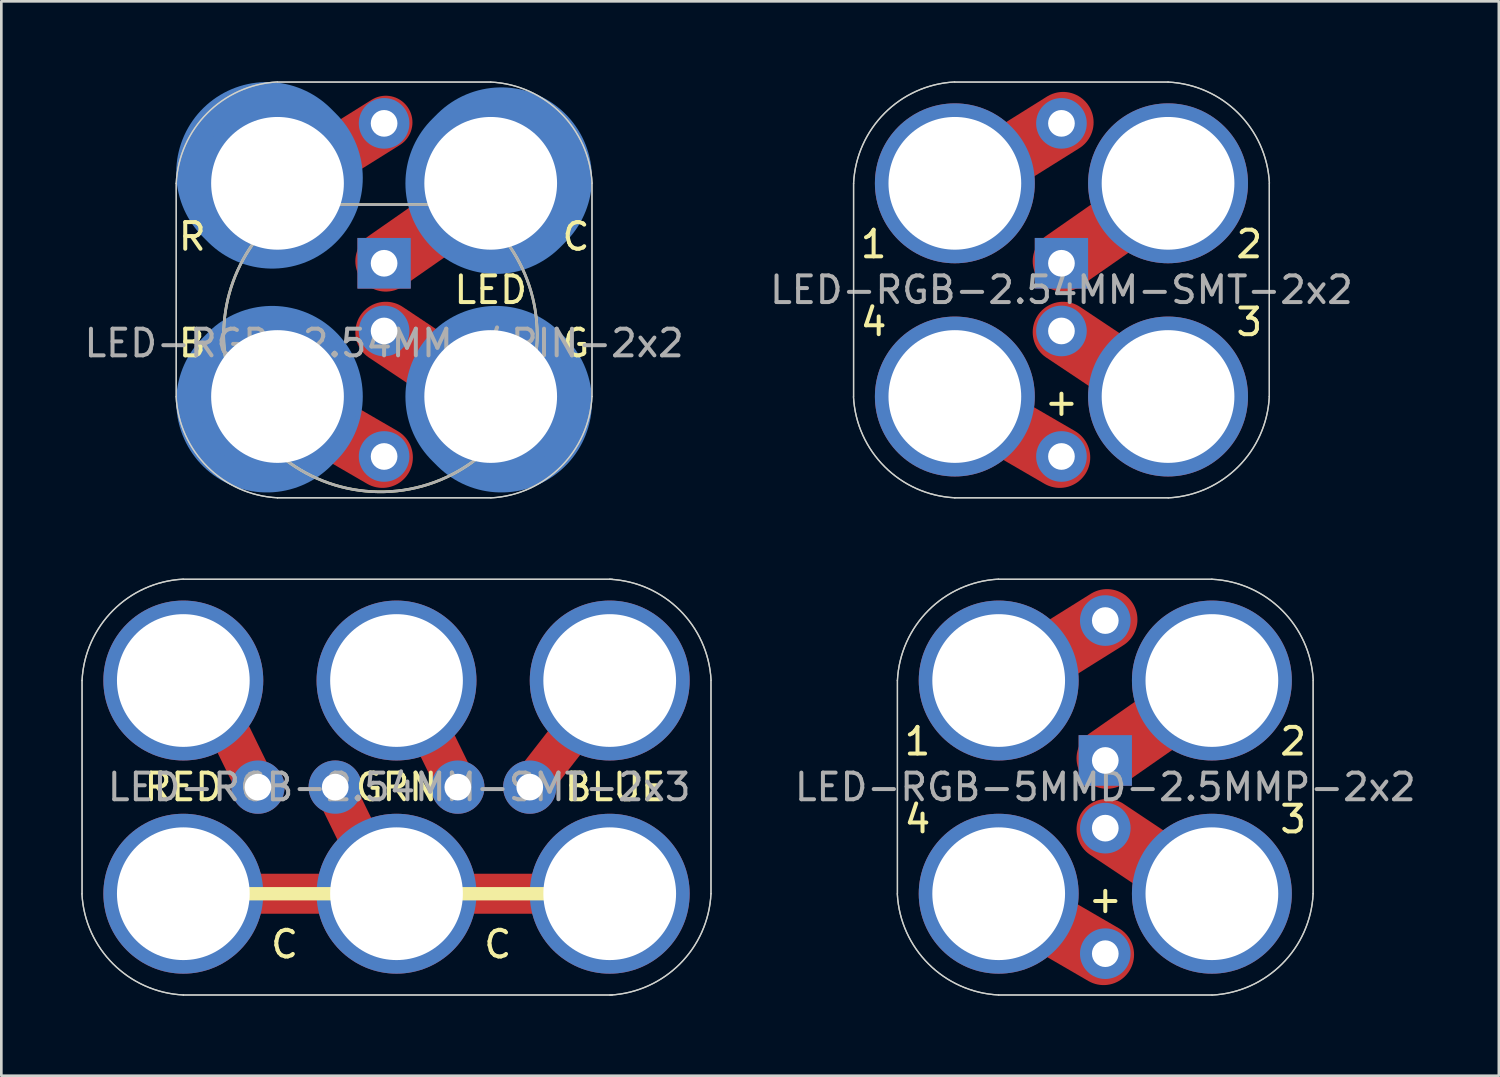
<source format=kicad_pcb>
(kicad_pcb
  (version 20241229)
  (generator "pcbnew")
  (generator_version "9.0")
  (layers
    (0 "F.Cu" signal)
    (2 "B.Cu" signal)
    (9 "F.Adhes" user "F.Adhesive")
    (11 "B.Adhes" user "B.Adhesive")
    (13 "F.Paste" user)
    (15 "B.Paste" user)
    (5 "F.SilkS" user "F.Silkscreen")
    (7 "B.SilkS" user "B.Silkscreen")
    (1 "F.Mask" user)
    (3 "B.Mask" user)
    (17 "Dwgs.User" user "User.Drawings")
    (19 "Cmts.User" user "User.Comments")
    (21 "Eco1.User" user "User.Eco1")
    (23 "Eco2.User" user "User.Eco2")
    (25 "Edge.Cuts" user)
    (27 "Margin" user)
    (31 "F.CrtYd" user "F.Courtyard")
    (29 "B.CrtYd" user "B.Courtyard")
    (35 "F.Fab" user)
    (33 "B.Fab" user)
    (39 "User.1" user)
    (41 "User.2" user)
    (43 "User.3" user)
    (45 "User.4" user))
  (footprint "LED-RGB-2.54MM-SMT-2x3"
    (layer "F.Cu")
    (at 3.829 30.486)
    (property "Reference" "LED-RGB-2.54MM-SMT-2x3" (at 8.1 -4 0) (layer "F.Fab") (effects (font (size 1 1) (thickness 0.15))))
    (attr through_hole)
    (fp_line (start 2.8 -3.9) (end 0.6 -8.4) (stroke (width 1.5) (type solid)) (layer "F.Cu"))
    (fp_line (start 7.9 0.6) (end 5.7 -3.9) (stroke (width 1.5) (type solid)) (layer "F.Cu"))
    (fp_line (start 10.3 -4) (end 8.1 -8.5) (stroke (width 1.5) (type solid)) (layer "F.Cu"))
    (fp_line (start 13 -4) (end 16.5 -8.5) (stroke (width 1.5) (type solid)) (layer "F.Cu"))
    (fp_line (start 16.1 0) (end -0.1 0) (stroke (width 1.5) (type solid)) (layer "F.Cu"))
    (fp_line (start 15.9 0) (end -0.6 0) (stroke (width 0.5) (type solid)) (layer "F.SilkS"))
    (fp_line (start -3.8 -8) (end -3.8 0) (stroke (width 0.05) (type solid)) (layer "Edge.Cuts"))
    (fp_line (start 0 -11.8) (end 16.1 -11.8) (stroke (width 0.05) (type solid)) (layer "Edge.Cuts"))
    (fp_line (start 0 3.8) (end 16.1 3.8) (stroke (width 0.05) (type solid)) (layer "Edge.Cuts"))
    (fp_line (start 19.8 -8) (end 19.8 0) (stroke (width 0.05) (type solid)) (layer "Edge.Cuts"))
    (fp_arc (start -3.8 -8) (mid -2.636928 -10.631138) (end -0.009972 -11.803625) (stroke (width 0.05) (type solid)) (layer "Edge.Cuts"))
    (fp_arc (start 0 3.8) (mid -2.631138 2.636928) (end -3.803625 0.009972) (stroke (width 0.05) (type solid)) (layer "Edge.Cuts"))
    (fp_arc (start 16 -11.8) (mid 18.631138 -10.636928) (end 19.803625 -8.009972) (stroke (width 0.05) (type solid)) (layer "Edge.Cuts"))
    (fp_arc (start 19.8 0) (mid 18.636928 2.631138) (end 16.009972 3.803625) (stroke (width 0.05) (type solid)) (layer "Edge.Cuts"))
    (fp_line (start -3.8 -8) (end -3.8 0) (stroke (width 0.05) (type solid)) (layer "F.Fab"))
    (fp_line (start 0 -11.8) (end 16 -11.8) (stroke (width 0.05) (type solid)) (layer "F.Fab"))
    (fp_line (start 0 3.8) (end 16 3.8) (stroke (width 0.05) (type solid)) (layer "F.Fab"))
    (fp_line (start 19.8 -8) (end 19.8 0) (stroke (width 0.05) (type solid)) (layer "F.Fab"))
    (fp_arc (start -3.8 -8) (mid -2.636928 -10.631138) (end -0.009972 -11.803625) (stroke (width 0.05) (type solid)) (layer "F.Fab"))
    (fp_arc (start 0 3.8) (mid -2.631138 2.636928) (end -3.803625 0.009972) (stroke (width 0.05) (type solid)) (layer "F.Fab"))
    (fp_arc (start 16 -11.8) (mid 18.631138 -10.636928) (end 19.803625 -8.009972) (stroke (width 0.05) (type solid)) (layer "F.Fab"))
    (fp_arc (start 19.8 0) (mid 18.636928 2.631138) (end 16.009972 3.803625) (stroke (width 0.05) (type solid)) (layer "F.Fab"))
    (fp_text user "C" (at 11.8 1.9 0) (layer "F.SilkS") (effects (font (size 1 1) (thickness 0.15))))
    (fp_text user "C" (at 3.8 1.9 0) (layer "F.SilkS") (effects (font (size 1 1) (thickness 0.15))))
    (fp_text user "BLUE" (at 16.2 -4 0) (layer "F.SilkS") (effects (font (size 1 1) (thickness 0.15))))
    (fp_text user "RED" (at 0 -4 0) (layer "F.SilkS") (effects (font (size 1 1) (thickness 0.15))))
    (fp_text user "GRN" (at 8 -4 0) (layer "F.SilkS") (effects (font (size 1 1) (thickness 0.15))))
    (pad "B" thru_hole circle (at 13 -4) (size 2 2) (drill 1.001) (layers "*.Cu" "B.Mask"))
    (pad "B" thru_hole circle (at 16 -8) (size 6 6) (drill 4.98) (layers "*.Cu" "*.Mask"))
    (pad "G" thru_hole circle (at 8 -8) (size 6 6) (drill 4.98) (layers "*.Cu" "*.Mask"))
    (pad "G" thru_hole circle (at 10.3 -4) (size 2 2) (drill 1.001) (layers "*.Cu" "B.Mask"))
    (pad "GND" thru_hole circle (at 0 0) (size 6 6) (drill 4.98) (layers "*.Cu" "*.Mask"))
    (pad "GND" thru_hole circle (at 5.7 -4 90) (size 2 2) (drill 1.001) (layers "*.Cu" "B.Mask"))
    (pad "GND" thru_hole circle (at 8 0) (size 6 6) (drill 4.98) (layers "*.Cu" "*.Mask"))
    (pad "GND" thru_hole circle (at 16 0) (size 6 6) (drill 4.98) (layers "*.Cu" "*.Mask"))
    (pad "R" thru_hole circle (at 0 -8) (size 6 6) (drill 4.98) (layers "*.Cu" "*.Mask"))
    (pad "R" thru_hole circle (at 2.8 -4) (size 2 2) (drill 1.001) (layers "*.Cu" "B.Mask")))
  (footprint "LED-RGB-2.54MM-SMT-2x2"
    (layer "F.Cu")
    (at 32.78 11.829)
    (property "Reference" "LED-RGB-2.54MM-SMT-2x2" (at 4 -4 0) (layer "F.Fab") (effects (font (size 1 1) (thickness 0.15))))
    (attr through_hole)
    (fp_line (start 3.937 2.286) (end 0 0) (stroke (width 2.286) (type solid)) (layer "F.Cu"))
    (fp_line (start 4.064 -10.287) (end 0 -7.747) (stroke (width 2.286) (type solid)) (layer "F.Cu"))
    (fp_line (start 4.064 -5.08) (end 8.255 -8.001) (stroke (width 2.286) (type solid)) (layer "F.Cu"))
    (fp_line (start 8.255 0.381) (end 4.064 -2.413) (stroke (width 2.286) (type solid)) (layer "F.Cu"))
    (fp_line (start 3.937 2.286) (end 0 0) (stroke (width 2.286) (type solid)) (layer "F.Mask"))
    (fp_line (start 4.064 -10.287) (end 0 -7.747) (stroke (width 2.286) (type solid)) (layer "F.Mask"))
    (fp_line (start 4.064 -5.08) (end 8.255 -8.001) (stroke (width 2.286) (type solid)) (layer "F.Mask"))
    (fp_line (start 8.255 0.381) (end 4.064 -2.413) (stroke (width 2.286) (type solid)) (layer "F.Mask"))
    (fp_line (start -3.8 -8) (end -3.8 0) (stroke (width 0.05) (type solid)) (layer "Edge.Cuts"))
    (fp_line (start 0 -11.8) (end 8 -11.8) (stroke (width 0.05) (type solid)) (layer "Edge.Cuts"))
    (fp_line (start 0 3.8) (end 8 3.8) (stroke (width 0.05) (type solid)) (layer "Edge.Cuts"))
    (fp_line (start 11.8 -8) (end 11.8 0) (stroke (width 0.05) (type solid)) (layer "Edge.Cuts"))
    (fp_arc (start -3.8 -8) (mid -2.636928 -10.631138) (end -0.009972 -11.803625) (stroke (width 0.05) (type solid)) (layer "Edge.Cuts"))
    (fp_arc (start 0 3.8) (mid -2.631138 2.636928) (end -3.803625 0.009972) (stroke (width 0.05) (type solid)) (layer "Edge.Cuts"))
    (fp_arc (start 8 -11.8) (mid 10.631138 -10.636928) (end 11.803625 -8.009972) (stroke (width 0.05) (type solid)) (layer "Edge.Cuts"))
    (fp_arc (start 11.8 0) (mid 10.636928 2.631138) (end 8.009972 3.803625) (stroke (width 0.05) (type solid)) (layer "Edge.Cuts"))
    (fp_line (start -3.8 -8) (end -3.8 0) (stroke (width 0.05) (type solid)) (layer "F.Fab"))
    (fp_line (start 0 -11.8) (end 8 -11.8) (stroke (width 0.05) (type solid)) (layer "F.Fab"))
    (fp_line (start 0 3.8) (end 8 3.8) (stroke (width 0.05) (type solid)) (layer "F.Fab"))
    (fp_line (start 11.8 -8) (end 11.8 0) (stroke (width 0.05) (type solid)) (layer "F.Fab"))
    (fp_arc (start -3.8 -8) (mid -2.636928 -10.631138) (end -0.009972 -11.803625) (stroke (width 0.05) (type solid)) (layer "F.Fab"))
    (fp_arc (start 0 3.8) (mid -2.631138 2.636928) (end -3.803625 0.009972) (stroke (width 0.05) (type solid)) (layer "F.Fab"))
    (fp_arc (start 8 -11.8) (mid 10.631138 -10.636928) (end 11.803625 -8.009972) (stroke (width 0.05) (type solid)) (layer "F.Fab"))
    (fp_arc (start 11.8 0) (mid 10.636928 2.631138) (end 8.009972 3.803625) (stroke (width 0.05) (type solid)) (layer "F.Fab"))
    (fp_text user "3" (at 11.049 -2.794 0) (layer "F.SilkS") (effects (font (size 1 1) (thickness 0.15))))
    (fp_text user "+" (at 4 0.2 0) (layer "F.SilkS") (effects (font (size 1 1) (thickness 0.15))))
    (fp_text user "2" (at 11.049 -5.715 0) (layer "F.SilkS") (effects (font (size 1 1) (thickness 0.15))))
    (fp_text user "4" (at -3.048 -2.794 0) (layer "F.SilkS") (effects (font (size 1 1) (thickness 0.15))))
    (fp_text user "1" (at -3.048 -5.715 0) (layer "F.SilkS") (effects (font (size 1 1) (thickness 0.15))))
    (pad "1" thru_hole circle (at 0 -8) (size 6 6) (drill 4.98) (layers "*.Cu" "*.Mask"))
    (pad "1" thru_hole circle (at 4 -10.25 270) (size 1.9 1.9) (drill 1.001) (layers "*.Cu" "*.Mask"))
    (pad "2" thru_hole rect (at 4 -5) (size 2 1.9) (drill 1.001) (layers "*.Cu" "*.Mask"))
    (pad "2" thru_hole circle (at 8 -8) (size 6 6) (drill 4.98) (layers "*.Cu" "*.Mask"))
    (pad "3" thru_hole circle (at 4 -2.46 270) (size 1.9 1.9) (drill 1.001) (layers "*.Cu" "*.Mask"))
    (pad "3" thru_hole circle (at 8 0) (size 6 6) (drill 4.98) (layers "*.Cu" "*.Mask"))
    (pad "4" thru_hole circle (at 0 0) (size 6 6) (drill 4.98) (layers "*.Cu" "*.Mask"))
    (pad "4" thru_hole circle (at 4 2.25 270) (size 1.9 1.9) (drill 1.001) (layers "*.Cu" "*.Mask")))
  (footprint "LED-RGB-2.54MM-4PIN-2x2"
    (layer "F.Cu")
    (at 7.363 11.829)
    (property "Reference" "LED-RGB-2.54MM-4PIN-2x2" (at 4 -2 0) (layer "F.Fab") (effects (font (size 1 1) (thickness 0.15))))
    (attr through_hole)
    (fp_line (start 3.937 2.286) (end 0 0) (stroke (width 2.286) (type solid)) (layer "F.Cu"))
    (fp_line (start 4.064 -10.287) (end 0 -7.747) (stroke (width 2) (type solid)) (layer "F.Cu"))
    (fp_line (start 4.064 -5.08) (end 8.255 -8.001) (stroke (width 2.286) (type solid)) (layer "F.Cu"))
    (fp_line (start 8.255 0.381) (end 4.064 -2.413) (stroke (width 2.286) (type solid)) (layer "F.Cu"))
    (fp_line (start 3.937 2.286) (end 0 0) (stroke (width 2.286) (type solid)) (layer "F.Mask"))
    (fp_line (start 4.064 -10.287) (end 0 -7.747) (stroke (width 2) (type solid)) (layer "F.Mask"))
    (fp_line (start 4.064 -5.08) (end 8.255 -8.001) (stroke (width 2.286) (type solid)) (layer "F.Mask"))
    (fp_line (start 8.255 0.381) (end 4.064 -2.413) (stroke (width 2.286) (type solid)) (layer "F.Mask"))
    (fp_line (start -0.2 -8.2) (end -0.4 -8.4) (stroke (width 6.8) (type solid)) (layer "B.Cu"))
    (fp_line (start -0.2 0) (end -0.4 0.2) (stroke (width 6.8) (type solid)) (layer "B.Cu"))
    (fp_line (start 8.2 -8) (end 8.4 -8.2) (stroke (width 6.8) (type solid)) (layer "B.Cu"))
    (fp_line (start 8.2 0) (end 8.4 0.2) (stroke (width 6.8) (type solid)) (layer "B.Cu"))
    (fp_line (start -0.2 -8.2) (end -0.4 -8.4) (stroke (width 6.8) (type solid)) (layer "B.Mask"))
    (fp_line (start -0.2 0) (end -0.4 0.2) (stroke (width 6.8) (type solid)) (layer "B.Mask"))
    (fp_line (start 8.2 -8) (end 8.4 -8.2) (stroke (width 6.8) (type solid)) (layer "B.Mask"))
    (fp_line (start 8.2 0) (end 8.4 0.2) (stroke (width 6.8) (type solid)) (layer "B.Mask"))
    (fp_line (start 0.6 -7.2) (end 7.2 -7.2) (stroke (width 0.1) (type solid)) (layer "F.SilkS"))
    (fp_arc (start 7.262844 -7.105733) (mid 3.77963 3.575855) (end 0.6 -7.2) (stroke (width 0.1) (type solid)) (layer "F.SilkS"))
    (fp_line (start -3.8 -8) (end -3.8 0) (stroke (width 0.05) (type solid)) (layer "Edge.Cuts"))
    (fp_line (start 0 -11.8) (end 8 -11.8) (stroke (width 0.05) (type solid)) (layer "Edge.Cuts"))
    (fp_line (start 0 3.8) (end 8 3.8) (stroke (width 0.05) (type solid)) (layer "Edge.Cuts"))
    (fp_line (start 11.8 -8) (end 11.8 0) (stroke (width 0.05) (type solid)) (layer "Edge.Cuts"))
    (fp_arc (start -3.8 -8) (mid -2.636928 -10.631138) (end -0.009972 -11.803625) (stroke (width 0.05) (type solid)) (layer "Edge.Cuts"))
    (fp_arc (start 0 3.8) (mid -2.631138 2.636928) (end -3.803625 0.009972) (stroke (width 0.05) (type solid)) (layer "Edge.Cuts"))
    (fp_arc (start 8 -11.8) (mid 10.631138 -10.636928) (end 11.803625 -8.009972) (stroke (width 0.05) (type solid)) (layer "Edge.Cuts"))
    (fp_arc (start 11.8 0) (mid 10.636928 2.631138) (end 8.009972 3.803625) (stroke (width 0.05) (type solid)) (layer "Edge.Cuts"))
    (fp_line (start -3.8 -8) (end -3.8 0) (stroke (width 0.05) (type solid)) (layer "F.Fab"))
    (fp_line (start 0 -11.8) (end 8 -11.8) (stroke (width 0.05) (type solid)) (layer "F.Fab"))
    (fp_line (start 0 3.8) (end 8 3.8) (stroke (width 0.05) (type solid)) (layer "F.Fab"))
    (fp_line (start 0.6 -7.2) (end 7.2 -7.2) (stroke (width 0.1) (type solid)) (layer "F.Fab"))
    (fp_line (start 11.8 -8) (end 11.8 0) (stroke (width 0.05) (type solid)) (layer "F.Fab"))
    (fp_arc (start -3.8 -8) (mid -2.636928 -10.631138) (end -0.009972 -11.803625) (stroke (width 0.05) (type solid)) (layer "F.Fab"))
    (fp_arc (start 0 3.8) (mid -2.631138 2.636928) (end -3.803625 0.009972) (stroke (width 0.05) (type solid)) (layer "F.Fab"))
    (fp_arc (start 7.262844 -7.105733) (mid 3.784697 3.575924) (end 0.591572 -7.194371) (stroke (width 0.1) (type solid)) (layer "F.Fab"))
    (fp_arc (start 8 -11.8) (mid 10.631138 -10.636928) (end 11.803625 -8.009972) (stroke (width 0.05) (type solid)) (layer "F.Fab"))
    (fp_arc (start 11.8 0) (mid 10.636928 2.631138) (end 8.009972 3.803625) (stroke (width 0.05) (type solid)) (layer "F.Fab"))
    (fp_text user "LED" (at 8 -4 0) (layer "F.SilkS") (effects (font (size 1 1) (thickness 0.15))))
    (fp_text user "G" (at 11.2 -2 180) (layer "F.SilkS") (effects (font (size 1 1) (thickness 0.15))))
    (fp_text user "C" (at 11.2 -6 0) (layer "F.SilkS") (effects (font (size 1 1) (thickness 0.15))))
    (fp_text user "R" (at -3.2 -6 180) (layer "F.SilkS") (effects (font (size 1 1) (thickness 0.15))))
    (fp_text user "B" (at -3.2 -2 0) (layer "F.SilkS") (effects (font (size 1 1) (thickness 0.15))))
    (pad "B" thru_hole circle (at 0 0) (size 6 6) (drill 4.98) (layers "*.Cu" "*.Mask"))
    (pad "B" thru_hole circle (at 4 2.25 270) (size 1.9 1.9) (drill 1.001) (layers "*.Cu" "*.Mask"))
    (pad "COM" thru_hole rect (at 4 -5) (size 2 1.9) (drill 1.001) (layers "*.Cu" "*.Mask"))
    (pad "COM" thru_hole circle (at 8 -8) (size 6 6) (drill 4.98) (layers "*.Cu" "*.Mask"))
    (pad "G" thru_hole circle (at 4 -2.46 270) (size 1.9 1.9) (drill 1.001) (layers "*.Cu" "*.Mask"))
    (pad "G" thru_hole circle (at 8 0) (size 6 6) (drill 4.98) (layers "*.Cu" "*.Mask"))
    (pad "R" thru_hole circle (at 0 -8) (size 6 6) (drill 4.98) (layers "*.Cu" "*.Mask"))
    (pad "R" thru_hole circle (at 4 -10.25 270) (size 1.9 1.9) (drill 1.001) (layers "*.Cu" "*.Mask")))
  (footprint "LED-RGB-5MMD-2.5MMP-2x2"
    (layer "F.Cu")
    (at 34.425 30.486)
    (property "Reference" "LED-RGB-5MMD-2.5MMP-2x2" (at 4 -4 0) (layer "F.Fab") (effects (font (size 1 1) (thickness 0.15))))
    (attr through_hole)
    (fp_line (start 3.937 2.286) (end 0 0) (stroke (width 2.286) (type solid)) (layer "F.Cu"))
    (fp_line (start 4.064 -10.287) (end 0 -7.747) (stroke (width 2.286) (type solid)) (layer "F.Cu"))
    (fp_line (start 4.064 -5.08) (end 8.255 -8.001) (stroke (width 2.286) (type solid)) (layer "F.Cu"))
    (fp_line (start 8.255 0.381) (end 4.064 -2.413) (stroke (width 2.286) (type solid)) (layer "F.Cu"))
    (fp_line (start 3.937 2.286) (end 0 0) (stroke (width 2.286) (type solid)) (layer "F.Mask"))
    (fp_line (start 4.064 -10.287) (end 0 -7.747) (stroke (width 2.286) (type solid)) (layer "F.Mask"))
    (fp_line (start 4.064 -5.08) (end 8.255 -8.001) (stroke (width 2.286) (type solid)) (layer "F.Mask"))
    (fp_line (start 8.255 0.381) (end 4.064 -2.413) (stroke (width 2.286) (type solid)) (layer "F.Mask"))
    (fp_line (start -3.8 -8) (end -3.8 0) (stroke (width 0.05) (type solid)) (layer "Edge.Cuts"))
    (fp_line (start 0 -11.8) (end 8 -11.8) (stroke (width 0.05) (type solid)) (layer "Edge.Cuts"))
    (fp_line (start 0 3.8) (end 8 3.8) (stroke (width 0.05) (type solid)) (layer "Edge.Cuts"))
    (fp_line (start 11.8 -8) (end 11.8 0) (stroke (width 0.05) (type solid)) (layer "Edge.Cuts"))
    (fp_arc (start -3.8 -8) (mid -2.636928 -10.631138) (end -0.009972 -11.803625) (stroke (width 0.05) (type solid)) (layer "Edge.Cuts"))
    (fp_arc (start 0 3.8) (mid -2.631138 2.636928) (end -3.803625 0.009972) (stroke (width 0.05) (type solid)) (layer "Edge.Cuts"))
    (fp_arc (start 8 -11.8) (mid 10.631138 -10.636928) (end 11.803625 -8.009972) (stroke (width 0.05) (type solid)) (layer "Edge.Cuts"))
    (fp_arc (start 11.8 0) (mid 10.636928 2.631138) (end 8.009972 3.803625) (stroke (width 0.05) (type solid)) (layer "Edge.Cuts"))
    (fp_line (start -3.8 -8) (end -3.8 0) (stroke (width 0.05) (type solid)) (layer "F.Fab"))
    (fp_line (start 0 -11.8) (end 8 -11.8) (stroke (width 0.05) (type solid)) (layer "F.Fab"))
    (fp_line (start 0 3.8) (end 8 3.8) (stroke (width 0.05) (type solid)) (layer "F.Fab"))
    (fp_line (start 11.8 -8) (end 11.8 0) (stroke (width 0.05) (type solid)) (layer "F.Fab"))
    (fp_arc (start -3.8 -8) (mid -2.636928 -10.631138) (end -0.009972 -11.803625) (stroke (width 0.05) (type solid)) (layer "F.Fab"))
    (fp_arc (start 0 3.8) (mid -2.631138 2.636928) (end -3.803625 0.009972) (stroke (width 0.05) (type solid)) (layer "F.Fab"))
    (fp_arc (start 8 -11.8) (mid 10.631138 -10.636928) (end 11.803625 -8.009972) (stroke (width 0.05) (type solid)) (layer "F.Fab"))
    (fp_arc (start 11.8 0) (mid 10.636928 2.631138) (end 8.009972 3.803625) (stroke (width 0.05) (type solid)) (layer "F.Fab"))
    (fp_text user "4" (at -3.048 -2.794 0) (layer "F.SilkS") (effects (font (size 1 1) (thickness 0.15))))
    (fp_text user "+" (at 4 0.2 0) (layer "F.SilkS") (effects (font (size 1 1) (thickness 0.15))))
    (fp_text user "1" (at -3.048 -5.715 0) (layer "F.SilkS") (effects (font (size 1 1) (thickness 0.15))))
    (fp_text user "2" (at 11.049 -5.715 0) (layer "F.SilkS") (effects (font (size 1 1) (thickness 0.15))))
    (fp_text user "3" (at 11.049 -2.794 0) (layer "F.SilkS") (effects (font (size 1 1) (thickness 0.15))))
    (pad "1" thru_hole circle (at 0 -8) (size 6 6) (drill 4.98) (layers "*.Cu" "*.Mask"))
    (pad "1" thru_hole circle (at 4 -10.25 270) (size 1.9 1.9) (drill 1.001) (layers "*.Cu" "*.Mask"))
    (pad "2" thru_hole rect (at 4 -5) (size 2 1.9) (drill 1.001) (layers "*.Cu" "*.Mask"))
    (pad "2" thru_hole circle (at 8 -8) (size 6 6) (drill 4.98) (layers "*.Cu" "*.Mask"))
    (pad "3" thru_hole circle (at 4 -2.46 270) (size 1.9 1.9) (drill 1.001) (layers "*.Cu" "*.Mask"))
    (pad "3" thru_hole circle (at 8 0) (size 6 6) (drill 4.98) (layers "*.Cu" "*.Mask"))
    (pad "4" thru_hole circle (at 0 0) (size 6 6) (drill 4.98) (layers "*.Cu" "*.Mask"))
    (pad "4" thru_hole circle (at 4 2.25 270) (size 1.9 1.9) (drill 1.001) (layers "*.Cu" "*.Mask")))
  (gr_rect
    (start -3 -3)
    (end 53.193 37.315)
    (stroke (width 0.1) (type default))
    (fill no)
    (layer "Edge.Cuts")))
</source>
